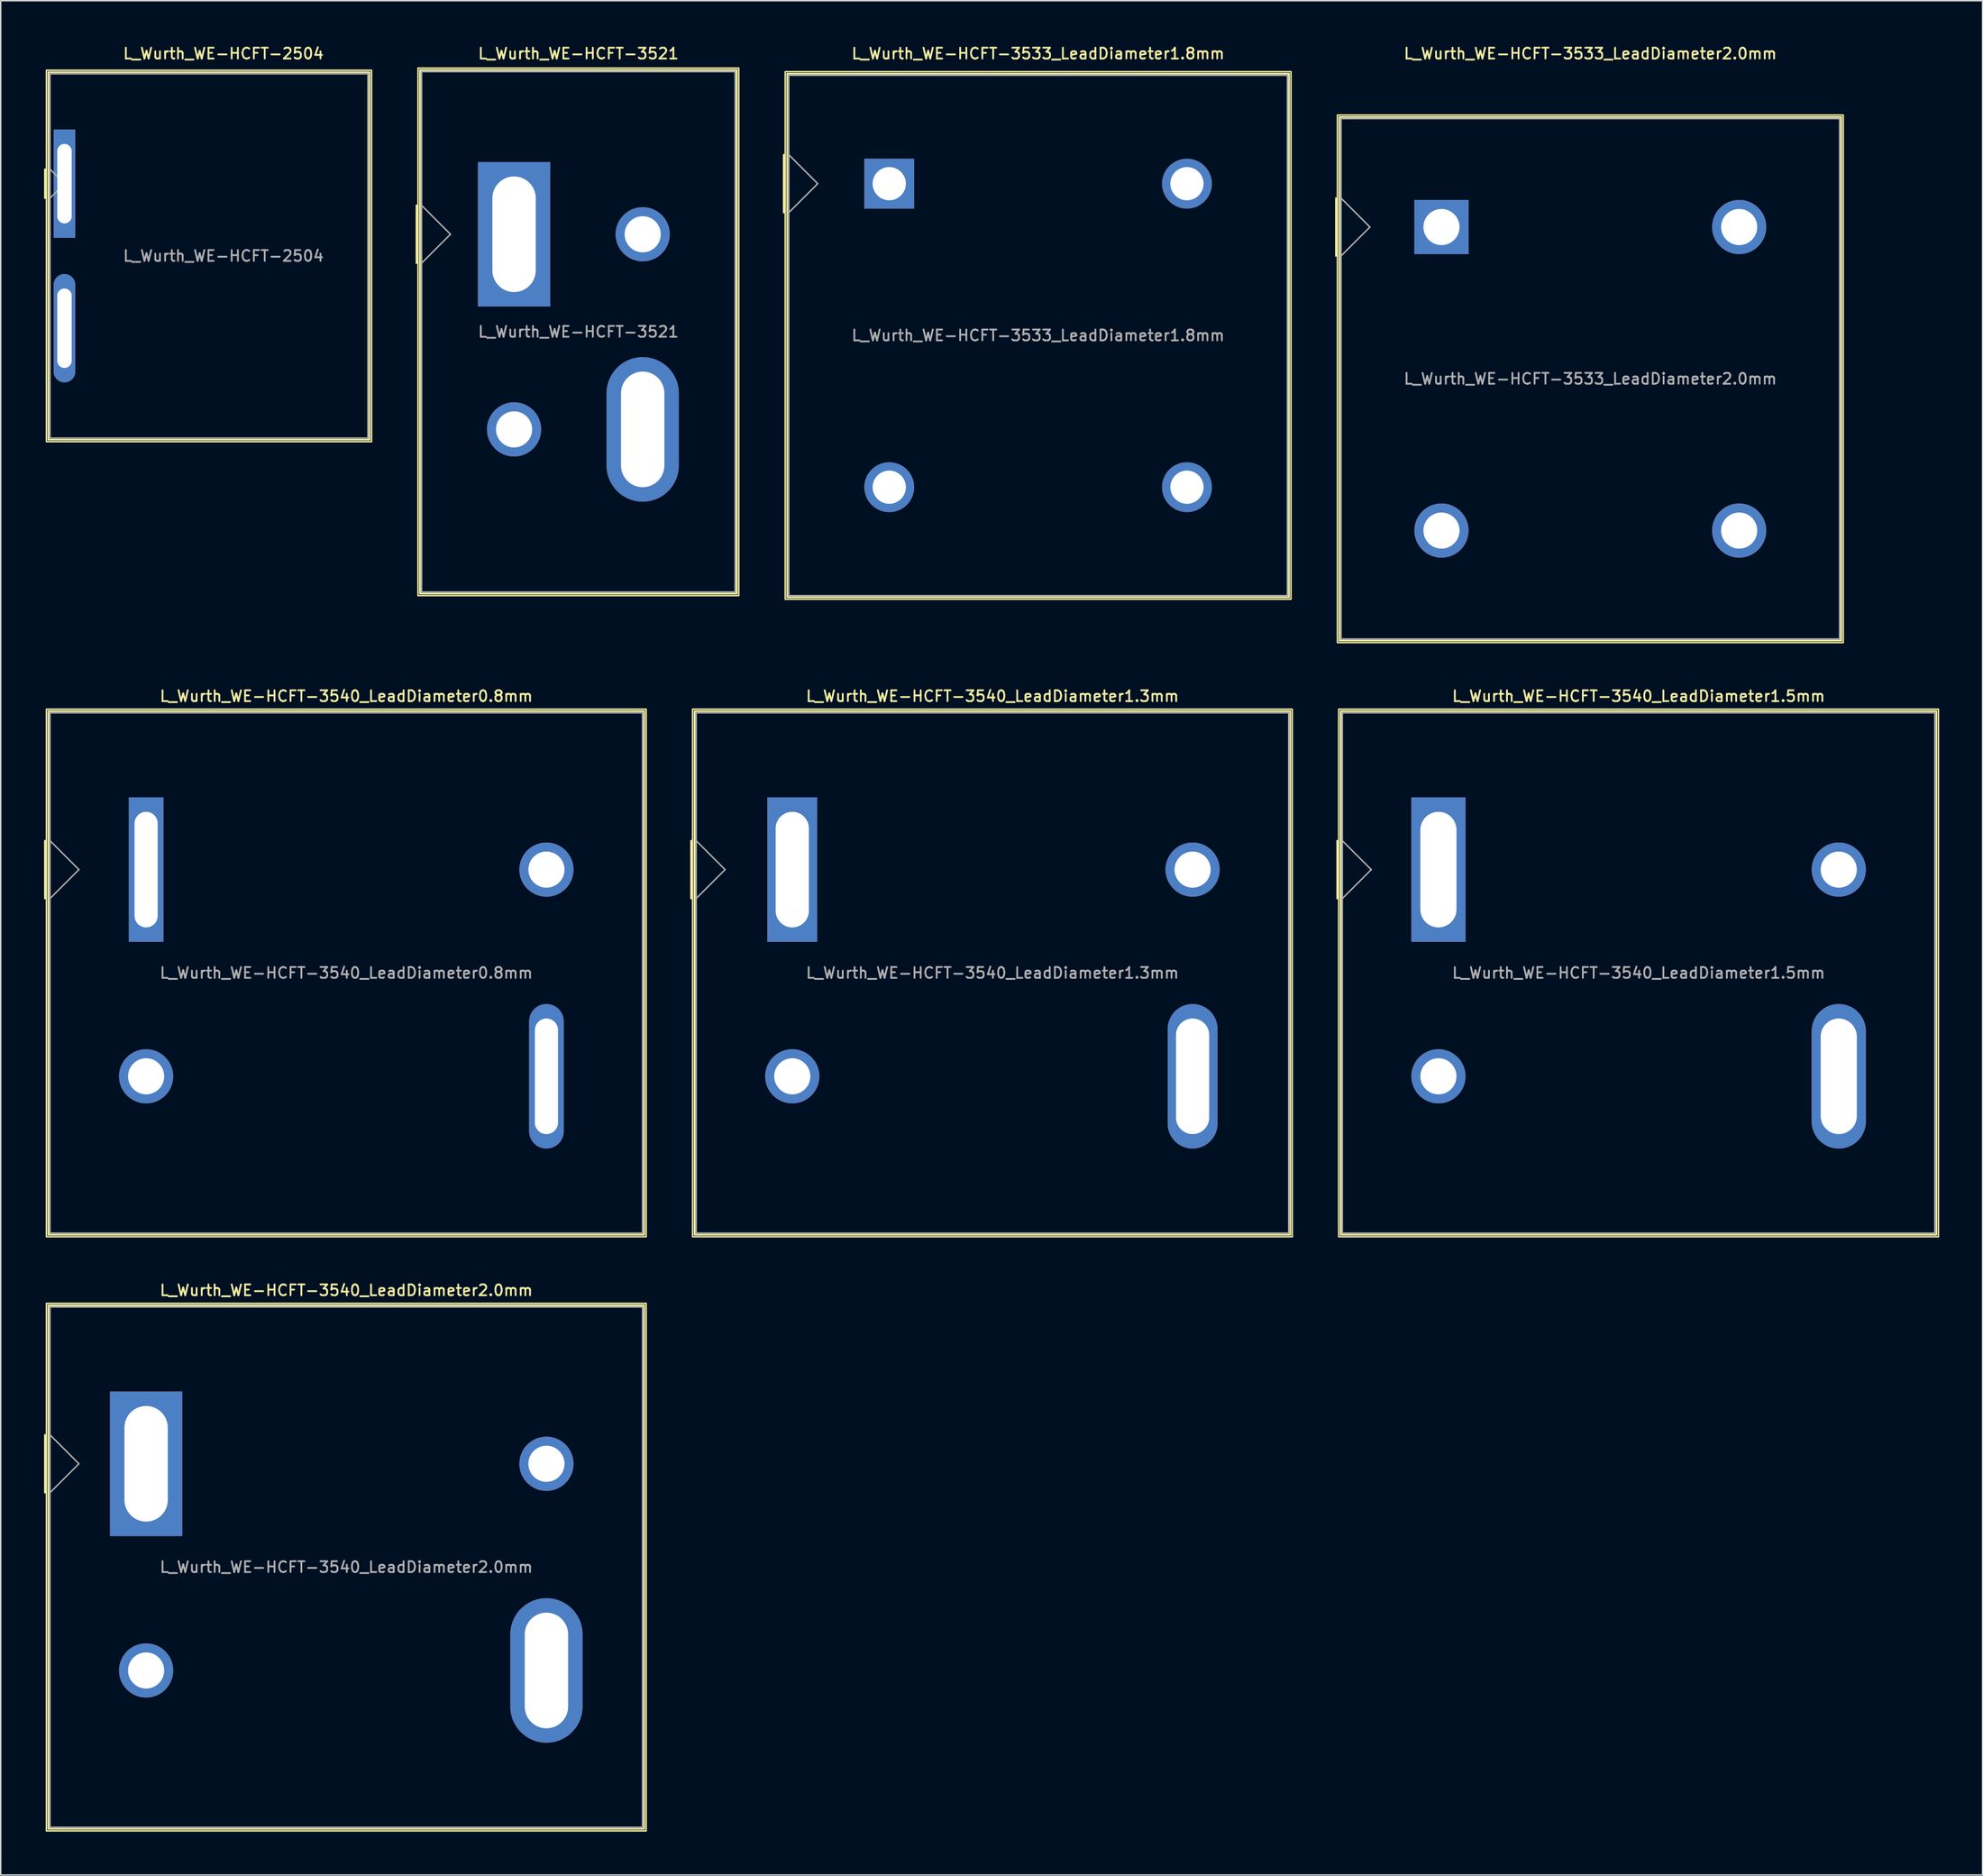
<source format=kicad_pcb>
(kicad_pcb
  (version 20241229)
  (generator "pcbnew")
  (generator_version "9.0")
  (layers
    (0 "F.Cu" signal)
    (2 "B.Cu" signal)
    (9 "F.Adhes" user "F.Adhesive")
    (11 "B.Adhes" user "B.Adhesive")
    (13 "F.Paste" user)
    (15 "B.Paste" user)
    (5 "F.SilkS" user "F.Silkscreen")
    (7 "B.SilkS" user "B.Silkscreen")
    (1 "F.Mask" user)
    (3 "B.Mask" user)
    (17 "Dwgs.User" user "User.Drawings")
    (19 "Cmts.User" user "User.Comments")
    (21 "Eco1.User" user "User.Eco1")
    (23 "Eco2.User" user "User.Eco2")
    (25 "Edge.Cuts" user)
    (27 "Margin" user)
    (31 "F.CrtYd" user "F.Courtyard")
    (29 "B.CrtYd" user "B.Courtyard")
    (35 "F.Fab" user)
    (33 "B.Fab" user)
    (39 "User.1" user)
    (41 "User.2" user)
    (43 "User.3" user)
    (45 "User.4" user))
  (footprint "L_Wurth_WE-HCFT-3540_LeadDiameter2.0mm"
    (layer "F.Cu")
    (at 7.06 98.224)
    (property "Reference" "L_Wurth_WE-HCFT-3540_LeadDiameter2.0mm" (at 13.85 -12 0) (unlocked yes) (layer "F.SilkS") (effects (font (size 0.75 0.75) (thickness 0.125))))
    (attr through_hole)
    (fp_line (start -7 2) (end -7 -2) (stroke (width 0.12) (type solid)) (layer "F.SilkS"))
    (fp_rect (start -6.9 -11.1) (end 34.6 25.4) (stroke (width 0.1) (type solid)) (fill no) (layer "F.SilkS"))
    (fp_rect (start -6.76 -10.96) (end 34.46 25.26) (stroke (width 0.12) (type solid)) (fill no) (layer "F.SilkS"))
    (fp_line (start -6.65 -2) (end -4.65 0) (stroke (width 0.1) (type solid)) (layer "F.Fab"))
    (fp_line (start -4.65 0) (end -6.65 2) (stroke (width 0.1) (type solid)) (layer "F.Fab"))
    (fp_rect (start -6.65 -10.85) (end 34.35 25.15) (stroke (width 0.1) (type solid)) (fill no) (layer "F.Fab"))
    (fp_text user "${REFERENCE}" (at 13.85 7.15 0) (unlocked yes) (layer "F.Fab") (effects (font (size 0.75 0.75) (thickness 0.125))))
    (pad "" thru_hole circle (at 0 14.3) (size 3.75 3.75) (drill 2.5) (layers "*.Cu" "*.Mask"))
    (pad "" thru_hole circle (at 27.7 0) (size 3.75 3.75) (drill 2.5) (layers "*.Cu" "*.Mask"))
    (pad "1" thru_hole rect (at 0 0) (size 5 10) (drill oval 3 8) (layers "*.Cu" "*.Mask"))
    (pad "2" thru_hole oval (at 27.7 14.3) (size 5 10) (drill oval 3 8) (layers "*.Cu" "*.Mask")))
  (footprint "L_Wurth_WE-HCFT-3540_LeadDiameter1.5mm"
    (layer "F.Cu")
    (at 96.48 57.116)
    (property "Reference" "L_Wurth_WE-HCFT-3540_LeadDiameter1.5mm" (at 13.85 -12 0) (unlocked yes) (layer "F.SilkS") (effects (font (size 0.75 0.75) (thickness 0.125))))
    (attr through_hole)
    (fp_line (start -7 2) (end -7 -2) (stroke (width 0.12) (type solid)) (layer "F.SilkS"))
    (fp_rect (start -6.9 -11.1) (end 34.6 25.4) (stroke (width 0.1) (type solid)) (fill no) (layer "F.SilkS"))
    (fp_rect (start -6.76 -10.96) (end 34.46 25.26) (stroke (width 0.12) (type solid)) (fill no) (layer "F.SilkS"))
    (fp_line (start -6.65 -2) (end -4.65 0) (stroke (width 0.1) (type solid)) (layer "F.Fab"))
    (fp_line (start -4.65 0) (end -6.65 2) (stroke (width 0.1) (type solid)) (layer "F.Fab"))
    (fp_rect (start -6.65 -10.85) (end 34.35 25.15) (stroke (width 0.1) (type solid)) (fill no) (layer "F.Fab"))
    (fp_text user "${REFERENCE}" (at 13.85 7.15 0) (unlocked yes) (layer "F.Fab") (effects (font (size 0.75 0.75) (thickness 0.125))))
    (pad "" thru_hole circle (at 0 14.3) (size 3.75 3.75) (drill 2.5) (layers "*.Cu" "*.Mask"))
    (pad "" thru_hole circle (at 27.7 0) (size 3.75 3.75) (drill 2.5) (layers "*.Cu" "*.Mask"))
    (pad "1" thru_hole rect (at 0 0) (size 3.75 10) (drill oval 2.5 8) (layers "*.Cu" "*.Mask"))
    (pad "2" thru_hole oval (at 27.7 14.3) (size 3.75 10) (drill oval 2.5 8) (layers "*.Cu" "*.Mask")))
  (footprint "L_Wurth_WE-HCFT-3533_LeadDiameter1.8mm"
    (layer "F.Cu")
    (at 58.48 9.658)
    (property "Reference" "L_Wurth_WE-HCFT-3533_LeadDiameter1.8mm" (at 10.3 -9 0) (unlocked yes) (layer "F.SilkS") (effects (font (size 0.75 0.75) (thickness 0.125))))
    (attr through_hole)
    (fp_line (start -7.3 -2) (end -7.3 2) (stroke (width 0.12) (type solid)) (layer "F.SilkS"))
    (fp_rect (start -7.2 -7.75) (end 27.8 28.75) (stroke (width 0.1) (type solid)) (fill no) (layer "F.SilkS"))
    (fp_rect (start -7.06 -7.61) (end 27.66 28.61) (stroke (width 0.12) (type solid)) (fill no) (layer "F.SilkS"))
    (fp_line (start -6.95 -2) (end -4.95 0) (stroke (width 0.1) (type solid)) (layer "F.Fab"))
    (fp_line (start -4.95 0) (end -6.95 2) (stroke (width 0.1) (type solid)) (layer "F.Fab"))
    (fp_rect (start -6.95 -7.5) (end 27.55 28.5) (stroke (width 0.1) (type solid)) (fill no) (layer "F.Fab"))
    (fp_text user "${REFERENCE}" (at 10.3 10.5 0) (unlocked yes) (layer "F.Fab") (effects (font (size 0.75 0.75) (thickness 0.125))))
    (pad "" thru_hole circle (at 0 21) (size 3.45 3.45) (drill 2.3) (layers "*.Cu" "*.Mask"))
    (pad "" thru_hole circle (at 20.6 0) (size 3.45 3.45) (drill 2.3) (layers "*.Cu" "*.Mask"))
    (pad "1" thru_hole rect (at 0 0) (size 3.45 3.45) (drill 2.3) (layers "*.Cu" "*.Mask"))
    (pad "2" thru_hole circle (at 20.6 21) (size 3.45 3.45) (drill 2.3) (layers "*.Cu" "*.Mask")))
  (footprint "L_Wurth_WE-HCFT-2504"
    (layer "F.Cu")
    (at 1.41 9.658)
    (property "Reference" "L_Wurth_WE-HCFT-2504" (at 11 -9 0) (unlocked yes) (layer "F.SilkS") (effects (font (size 0.75 0.75) (thickness 0.125))))
    (attr through_hole)
    (fp_line (start -1.35 1) (end -1.35 -1) (stroke (width 0.12) (type solid)) (layer "F.SilkS"))
    (fp_rect (start -1.25 -7.85) (end 21.25 17.85) (stroke (width 0.1) (type solid)) (fill no) (layer "F.SilkS"))
    (fp_rect (start -1.11 -7.71) (end 21.11 17.71) (stroke (width 0.12) (type solid)) (fill no) (layer "F.SilkS"))
    (fp_line (start -1 -1) (end 0 0) (stroke (width 0.1) (type solid)) (layer "F.Fab"))
    (fp_line (start 0 0) (end -1 1) (stroke (width 0.1) (type solid)) (layer "F.Fab"))
    (fp_rect (start -1 -7.6) (end 21 17.6) (stroke (width 0.1) (type solid)) (fill no) (layer "F.Fab"))
    (fp_text user "${REFERENCE}" (at 11 5 0) (unlocked yes) (layer "F.Fab") (effects (font (size 0.75 0.75) (thickness 0.125))))
    (pad "1" thru_hole rect (at 0 0) (size 1.5 7.5) (drill oval 1 5.5) (layers "*.Cu" "*.Mask"))
    (pad "2" thru_hole oval (at 0 10) (size 1.5 7.5) (drill oval 1 5.5) (layers "*.Cu" "*.Mask")))
  (footprint "L_Wurth_WE-HCFT-3540_LeadDiameter0.8mm"
    (layer "F.Cu")
    (at 7.06 57.116)
    (property "Reference" "L_Wurth_WE-HCFT-3540_LeadDiameter0.8mm" (at 13.85 -12 0) (unlocked yes) (layer "F.SilkS") (effects (font (size 0.75 0.75) (thickness 0.125))))
    (attr through_hole)
    (fp_line (start -7 2) (end -7 -2) (stroke (width 0.12) (type solid)) (layer "F.SilkS"))
    (fp_rect (start -6.9 -11.1) (end 34.6 25.4) (stroke (width 0.1) (type solid)) (fill no) (layer "F.SilkS"))
    (fp_rect (start -6.76 -10.96) (end 34.46 25.26) (stroke (width 0.12) (type solid)) (fill no) (layer "F.SilkS"))
    (fp_line (start -6.65 -2) (end -4.65 0) (stroke (width 0.1) (type solid)) (layer "F.Fab"))
    (fp_line (start -4.65 0) (end -6.65 2) (stroke (width 0.1) (type solid)) (layer "F.Fab"))
    (fp_rect (start -6.65 -10.85) (end 34.35 25.15) (stroke (width 0.1) (type solid)) (fill no) (layer "F.Fab"))
    (fp_text user "${REFERENCE}" (at 13.85 7.15 0) (unlocked yes) (layer "F.Fab") (effects (font (size 0.75 0.75) (thickness 0.125))))
    (pad "" thru_hole circle (at 0 14.3) (size 3.75 3.75) (drill 2.5) (layers "*.Cu" "*.Mask"))
    (pad "" thru_hole circle (at 27.7 0) (size 3.75 3.75) (drill 2.5) (layers "*.Cu" "*.Mask"))
    (pad "1" thru_hole rect (at 0 0) (size 2.4 10) (drill oval 1.6 8) (layers "*.Cu" "*.Mask"))
    (pad "2" thru_hole oval (at 27.7 14.3) (size 2.4 10) (drill oval 1.6 8) (layers "*.Cu" "*.Mask")))
  (footprint "L_Wurth_WE-HCFT-3521"
    (layer "F.Cu")
    (at 32.52 13.158)
    (property "Reference" "L_Wurth_WE-HCFT-3521" (at 4.45 -12.5 0) (unlocked yes) (layer "F.SilkS") (effects (font (size 0.75 0.75) (thickness 0.125))))
    (attr through_hole)
    (fp_line (start -6.75 -2) (end -6.75 2) (stroke (width 0.12) (type solid)) (layer "F.SilkS"))
    (fp_rect (start -6.65 -11.5) (end 15.55 25) (stroke (width 0.1) (type solid)) (fill no) (layer "F.SilkS"))
    (fp_rect (start -6.51 -11.36) (end 15.41 24.86) (stroke (width 0.12) (type solid)) (fill no) (layer "F.SilkS"))
    (fp_line (start -6.4 -2) (end -4.4 0) (stroke (width 0.1) (type solid)) (layer "F.Fab"))
    (fp_line (start -4.4 0) (end -6.4 2) (stroke (width 0.1) (type solid)) (layer "F.Fab"))
    (fp_rect (start -6.4 -11.25) (end 15.3 24.75) (stroke (width 0.1) (type solid)) (fill no) (layer "F.Fab"))
    (fp_text user "${REFERENCE}" (at 4.45 6.75 0) (unlocked yes) (layer "F.Fab") (effects (font (size 0.75 0.75) (thickness 0.125))))
    (pad "" thru_hole circle (at 0 13.5) (size 3.75 3.75) (drill 2.5) (layers "*.Cu" "*.Mask"))
    (pad "" thru_hole circle (at 8.9 0) (size 3.75 3.75) (drill 2.5) (layers "*.Cu" "*.Mask"))
    (pad "1" thru_hole rect (at 0 0) (size 5 10) (drill oval 3 8) (layers "*.Cu" "*.Mask"))
    (pad "2" thru_hole oval (at 8.9 13.5) (size 5 10) (drill oval 3 8) (layers "*.Cu" "*.Mask")))
  (footprint "L_Wurth_WE-HCFT-3533_LeadDiameter2.0mm"
    (layer "F.Cu")
    (at 96.69 12.658)
    (property "Reference" "L_Wurth_WE-HCFT-3533_LeadDiameter2.0mm" (at 10.3 -12 0) (unlocked yes) (layer "F.SilkS") (effects (font (size 0.75 0.75) (thickness 0.125))))
    (attr through_hole)
    (fp_line (start -7.3 -2) (end -7.3 2) (stroke (width 0.12) (type solid)) (layer "F.SilkS"))
    (fp_rect (start -7.2 -7.75) (end 27.8 28.75) (stroke (width 0.1) (type solid)) (fill no) (layer "F.SilkS"))
    (fp_rect (start -7.06 -7.61) (end 27.66 28.61) (stroke (width 0.12) (type solid)) (fill no) (layer "F.SilkS"))
    (fp_line (start -6.95 -2) (end -4.95 0) (stroke (width 0.1) (type solid)) (layer "F.Fab"))
    (fp_line (start -4.95 0) (end -6.95 2) (stroke (width 0.1) (type solid)) (layer "F.Fab"))
    (fp_rect (start -6.95 -7.5) (end 27.55 28.5) (stroke (width 0.1) (type solid)) (fill no) (layer "F.Fab"))
    (fp_text user "${REFERENCE}" (at 10.3 10.5 0) (unlocked yes) (layer "F.Fab") (effects (font (size 0.75 0.75) (thickness 0.125))))
    (pad "" thru_hole circle (at 0 21) (size 3.75 3.75) (drill 2.5) (layers "*.Cu" "*.Mask"))
    (pad "" thru_hole circle (at 20.6 0) (size 3.75 3.75) (drill 2.5) (layers "*.Cu" "*.Mask"))
    (pad "1" thru_hole rect (at 0 0) (size 3.75 3.75) (drill 2.5) (layers "*.Cu" "*.Mask"))
    (pad "2" thru_hole circle (at 20.6 21) (size 3.75 3.75) (drill 2.5) (layers "*.Cu" "*.Mask")))
  (footprint "L_Wurth_WE-HCFT-3540_LeadDiameter1.3mm"
    (layer "F.Cu")
    (at 51.77 57.116)
    (property "Reference" "L_Wurth_WE-HCFT-3540_LeadDiameter1.3mm" (at 13.85 -12 0) (unlocked yes) (layer "F.SilkS") (effects (font (size 0.75 0.75) (thickness 0.125))))
    (attr through_hole)
    (fp_line (start -7 2) (end -7 -2) (stroke (width 0.12) (type solid)) (layer "F.SilkS"))
    (fp_rect (start -6.9 -11.1) (end 34.6 25.4) (stroke (width 0.1) (type solid)) (fill no) (layer "F.SilkS"))
    (fp_rect (start -6.76 -10.96) (end 34.46 25.26) (stroke (width 0.12) (type solid)) (fill no) (layer "F.SilkS"))
    (fp_line (start -6.65 -2) (end -4.65 0) (stroke (width 0.1) (type solid)) (layer "F.Fab"))
    (fp_line (start -4.65 0) (end -6.65 2) (stroke (width 0.1) (type solid)) (layer "F.Fab"))
    (fp_rect (start -6.65 -10.85) (end 34.35 25.15) (stroke (width 0.1) (type solid)) (fill no) (layer "F.Fab"))
    (fp_text user "${REFERENCE}" (at 13.85 7.15 0) (unlocked yes) (layer "F.Fab") (effects (font (size 0.75 0.75) (thickness 0.125))))
    (pad "" thru_hole circle (at 0 14.3) (size 3.75 3.75) (drill 2.5) (layers "*.Cu" "*.Mask"))
    (pad "" thru_hole circle (at 27.7 0) (size 3.75 3.75) (drill 2.5) (layers "*.Cu" "*.Mask"))
    (pad "1" thru_hole rect (at 0 0) (size 3.45 10) (drill oval 2.3 8) (layers "*.Cu" "*.Mask"))
    (pad "2" thru_hole oval (at 27.7 14.3) (size 3.45 10) (drill oval 2.3 8) (layers "*.Cu" "*.Mask")))
  (gr_rect
    (start -3 -3)
    (end 134.13 126.674)
    (stroke (width 0.1) (type default))
    (fill no)
    (layer "Edge.Cuts")))
</source>
